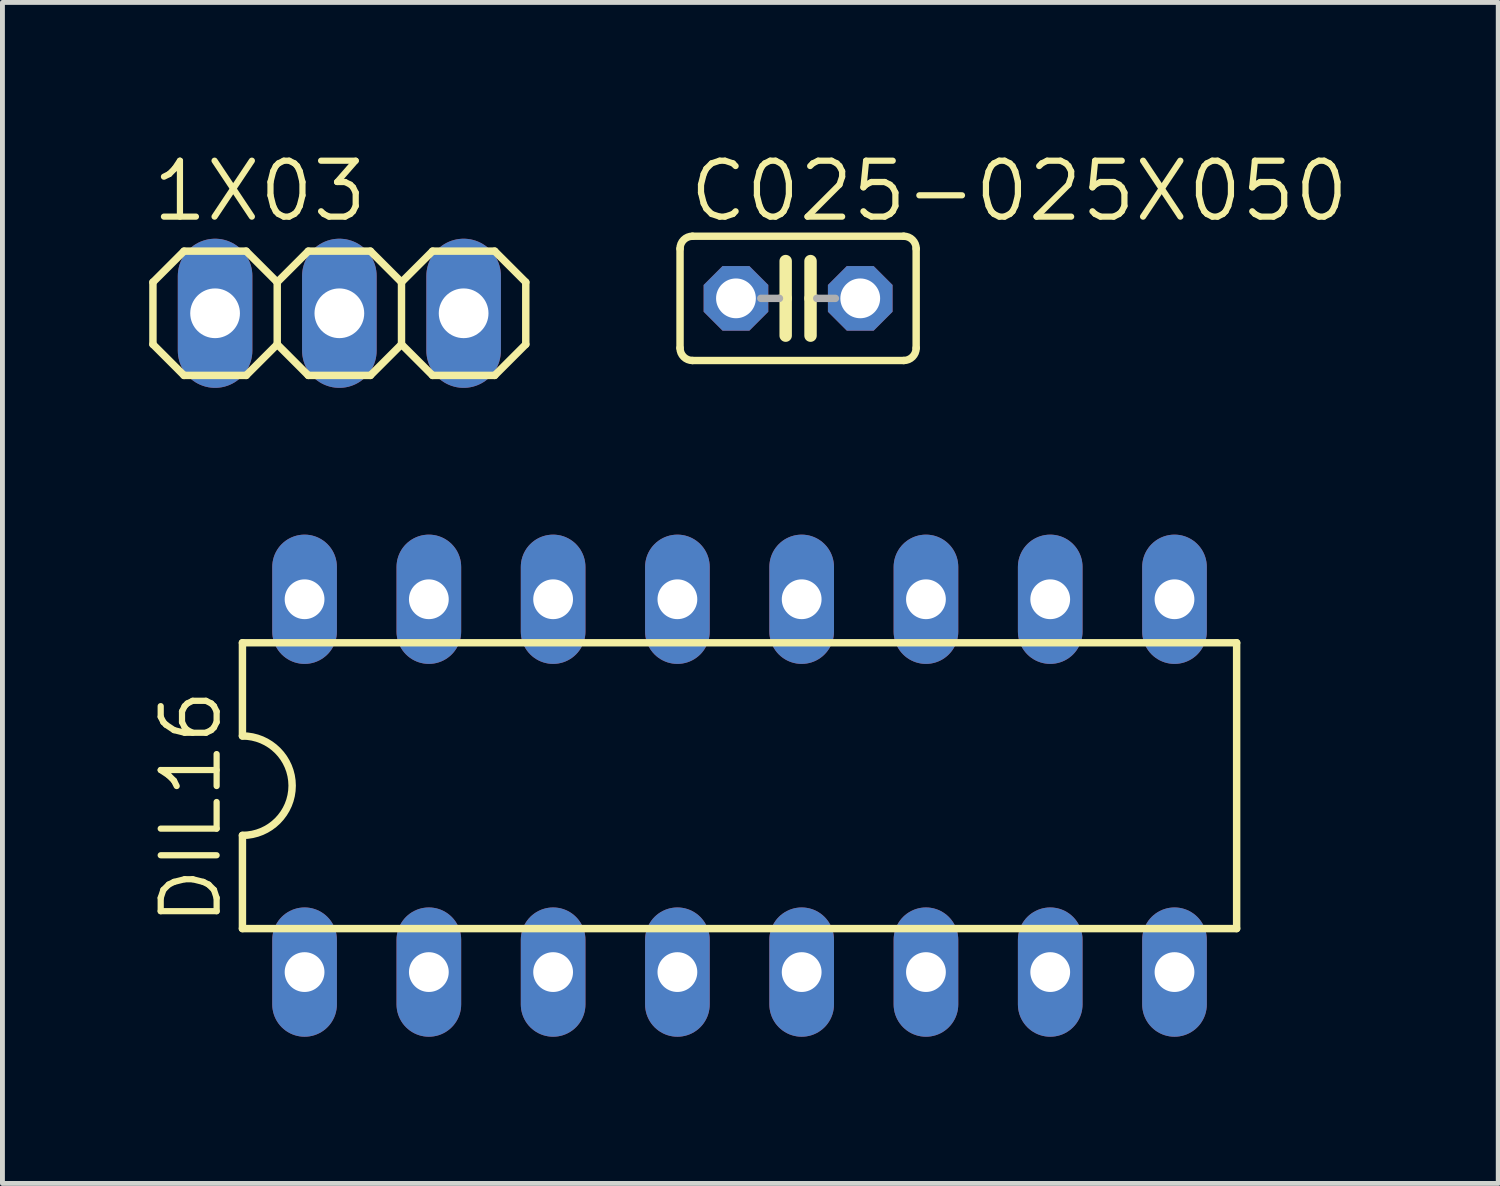
<source format=kicad_pcb>
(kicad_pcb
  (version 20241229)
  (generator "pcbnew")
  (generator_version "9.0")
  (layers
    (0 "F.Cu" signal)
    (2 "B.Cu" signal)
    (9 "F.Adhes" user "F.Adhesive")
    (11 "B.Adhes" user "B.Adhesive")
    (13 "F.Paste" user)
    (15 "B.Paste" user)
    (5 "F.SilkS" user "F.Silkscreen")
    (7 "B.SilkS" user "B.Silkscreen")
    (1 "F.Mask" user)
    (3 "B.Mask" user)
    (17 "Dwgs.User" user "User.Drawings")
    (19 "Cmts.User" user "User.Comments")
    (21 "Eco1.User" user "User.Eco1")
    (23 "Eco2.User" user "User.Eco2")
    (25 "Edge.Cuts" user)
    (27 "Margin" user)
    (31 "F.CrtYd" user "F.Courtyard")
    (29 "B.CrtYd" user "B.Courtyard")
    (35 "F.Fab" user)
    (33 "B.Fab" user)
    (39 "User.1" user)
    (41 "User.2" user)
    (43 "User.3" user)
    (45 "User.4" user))
  (footprint "1X03"
    (layer "F.Cu")
    (at 3.886 3.353)
    (property "Reference" "1X03" (at -3.886 -1.829 0) (layer "F.SilkS") (effects (font (size 1.143 1.143) (thickness 0.127)) (justify left bottom)))
    (fp_line (start -3.81 -0.635) (end -3.81 0.635) (stroke (width 0.152) (type solid)) (layer "F.SilkS"))
    (fp_line (start -3.81 0.635) (end -3.175 1.27) (stroke (width 0.152) (type solid)) (layer "F.SilkS"))
    (fp_line (start -3.175 -1.27) (end -3.81 -0.635) (stroke (width 0.152) (type solid)) (layer "F.SilkS"))
    (fp_line (start -3.175 -1.27) (end -1.905 -1.27) (stroke (width 0.152) (type solid)) (layer "F.SilkS"))
    (fp_line (start -1.905 -1.27) (end -1.27 -0.635) (stroke (width 0.152) (type solid)) (layer "F.SilkS"))
    (fp_line (start -1.905 1.27) (end -3.175 1.27) (stroke (width 0.152) (type solid)) (layer "F.SilkS"))
    (fp_line (start -1.27 -0.635) (end -1.27 0.635) (stroke (width 0.152) (type solid)) (layer "F.SilkS"))
    (fp_line (start -1.27 -0.635) (end -0.635 -1.27) (stroke (width 0.152) (type solid)) (layer "F.SilkS"))
    (fp_line (start -1.27 0.635) (end -1.905 1.27) (stroke (width 0.152) (type solid)) (layer "F.SilkS"))
    (fp_line (start -0.635 -1.27) (end 0.635 -1.27) (stroke (width 0.152) (type solid)) (layer "F.SilkS"))
    (fp_line (start -0.635 1.27) (end -1.27 0.635) (stroke (width 0.152) (type solid)) (layer "F.SilkS"))
    (fp_line (start 0.635 -1.27) (end 1.27 -0.635) (stroke (width 0.152) (type solid)) (layer "F.SilkS"))
    (fp_line (start 0.635 1.27) (end -0.635 1.27) (stroke (width 0.152) (type solid)) (layer "F.SilkS"))
    (fp_line (start 1.27 -0.635) (end 1.27 0.635) (stroke (width 0.152) (type solid)) (layer "F.SilkS"))
    (fp_line (start 1.27 -0.635) (end 1.905 -1.27) (stroke (width 0.152) (type solid)) (layer "F.SilkS"))
    (fp_line (start 1.27 0.635) (end 0.635 1.27) (stroke (width 0.152) (type solid)) (layer "F.SilkS"))
    (fp_line (start 1.905 -1.27) (end 3.175 -1.27) (stroke (width 0.152) (type solid)) (layer "F.SilkS"))
    (fp_line (start 1.905 1.27) (end 1.27 0.635) (stroke (width 0.152) (type solid)) (layer "F.SilkS"))
    (fp_line (start 3.175 -1.27) (end 3.81 -0.635) (stroke (width 0.152) (type solid)) (layer "F.SilkS"))
    (fp_line (start 3.175 1.27) (end 1.905 1.27) (stroke (width 0.152) (type solid)) (layer "F.SilkS"))
    (fp_line (start 3.81 -0.635) (end 3.81 0.635) (stroke (width 0.152) (type solid)) (layer "F.SilkS"))
    (fp_line (start 3.81 0.635) (end 3.175 1.27) (stroke (width 0.152) (type solid)) (layer "F.SilkS"))
    (fp_poly (pts (xy -2.794 0.254) (xy -2.286 0.254) (xy -2.286 -0.254) (xy -2.794 -0.254)) (stroke (width 0.1) (type default)) (fill no) (layer "F.Fab"))
    (fp_poly (pts (xy -0.254 0.254) (xy 0.254 0.254) (xy 0.254 -0.254) (xy -0.254 -0.254)) (stroke (width 0.1) (type default)) (fill no) (layer "F.Fab"))
    (fp_poly (pts (xy 2.286 0.254) (xy 2.794 0.254) (xy 2.794 -0.254) (xy 2.286 -0.254)) (stroke (width 0.1) (type default)) (fill no) (layer "F.Fab"))
    (pad "1" thru_hole oval (at -2.54 0 90) (size 3.048 1.524) (drill 1.016) (layers "*.Cu" "*.Mask"))
    (pad "2" thru_hole oval (at 0 0 90) (size 3.048 1.524) (drill 1.016) (layers "*.Cu" "*.Mask"))
    (pad "3" thru_hole oval (at 2.54 0 90) (size 3.048 1.524) (drill 1.016) (layers "*.Cu" "*.Mask")))
  (footprint "C025-025X050"
    (layer "F.Cu")
    (at 13.262 3.048)
    (property "Reference" "C025-025X050" (at -2.286 -1.524 0) (layer "F.SilkS") (effects (font (size 1.143 1.143) (thickness 0.127)) (justify left bottom)))
    (fp_line (start -2.413 -1.016) (end -2.413 1.016) (stroke (width 0.152) (type solid)) (layer "F.SilkS"))
    (fp_line (start -2.159 -1.27) (end 2.159 -1.27) (stroke (width 0.152) (type solid)) (layer "F.SilkS"))
    (fp_line (start -0.254 -0.762) (end -0.254 0) (stroke (width 0.254) (type solid)) (layer "F.SilkS"))
    (fp_line (start -0.254 0) (end -0.381 0) (stroke (width 0.152) (type solid)) (layer "F.SilkS"))
    (fp_line (start -0.254 0) (end -0.254 0.762) (stroke (width 0.254) (type solid)) (layer "F.SilkS"))
    (fp_line (start 0.254 0) (end 0.254 -0.762) (stroke (width 0.254) (type solid)) (layer "F.SilkS"))
    (fp_line (start 0.254 0) (end 0.254 0.762) (stroke (width 0.254) (type solid)) (layer "F.SilkS"))
    (fp_line (start 0.381 0) (end 0.254 0) (stroke (width 0.152) (type solid)) (layer "F.SilkS"))
    (fp_line (start 2.159 1.27) (end -2.159 1.27) (stroke (width 0.152) (type solid)) (layer "F.SilkS"))
    (fp_line (start 2.413 -1.016) (end 2.413 1.016) (stroke (width 0.152) (type solid)) (layer "F.SilkS"))
    (fp_arc (start -2.413 -1.016) (mid -2.338605 -1.195605) (end -2.159 -1.27) (stroke (width 0.1524) (type solid)) (layer "F.SilkS"))
    (fp_arc (start -2.159 1.27) (mid -2.338605 1.195605) (end -2.413 1.016) (stroke (width 0.1524) (type solid)) (layer "F.SilkS"))
    (fp_arc (start 2.159 -1.27) (mid 2.338605 -1.195605) (end 2.413 -1.016) (stroke (width 0.1524) (type solid)) (layer "F.SilkS"))
    (fp_arc (start 2.413 1.016) (mid 2.338605 1.195605) (end 2.159 1.27) (stroke (width 0.1524) (type solid)) (layer "F.SilkS"))
    (fp_line (start -0.381 0) (end -0.762 0) (stroke (width 0.152) (type solid)) (layer "F.Fab"))
    (fp_line (start 0.762 0) (end 0.381 0) (stroke (width 0.152) (type solid)) (layer "F.Fab"))
    (pad "1" thru_hole roundrect (at -1.27 0) (size 1.321 1.321) (drill 0.813) (layers "*.Cu" "*.Mask") (roundrect_rratio 0.25) (chamfer_ratio 0.293) (chamfer top_left top_right bottom_left bottom_right))
    (pad "2" thru_hole roundrect (at 1.27 0) (size 1.321 1.321) (drill 0.813) (layers "*.Cu" "*.Mask") (roundrect_rratio 0.25) (chamfer_ratio 0.293) (chamfer top_left top_right bottom_left bottom_right)))
  (footprint "DIL16"
    (layer "F.Cu")
    (at 12.065 13.008)
    (property "Reference" "DIL16" (at -10.541 2.921 90) (layer "F.SilkS") (effects (font (size 1.143 1.143) (thickness 0.127)) (justify left bottom)))
    (fp_line (start -10.16 -2.921) (end -10.16 -1.016) (stroke (width 0.152) (type solid)) (layer "F.SilkS"))
    (fp_line (start -10.16 2.921) (end -10.16 1.016) (stroke (width 0.152) (type solid)) (layer "F.SilkS"))
    (fp_line (start -10.16 2.921) (end 10.16 2.921) (stroke (width 0.152) (type solid)) (layer "F.SilkS"))
    (fp_line (start 10.16 -2.921) (end -10.16 -2.921) (stroke (width 0.152) (type solid)) (layer "F.SilkS"))
    (fp_line (start 10.16 -2.921) (end 10.16 2.921) (stroke (width 0.152) (type solid)) (layer "F.SilkS"))
    (fp_arc (start -10.16 -1.016) (mid -9.144 0) (end -10.16 1.016) (stroke (width 0.1524) (type solid)) (layer "F.SilkS"))
    (pad "1" thru_hole oval (at -8.89 3.81 90) (size 2.642 1.321) (drill 0.813) (layers "*.Cu" "*.Mask"))
    (pad "2" thru_hole oval (at -6.35 3.81 90) (size 2.642 1.321) (drill 0.813) (layers "*.Cu" "*.Mask"))
    (pad "3" thru_hole oval (at -3.81 3.81 90) (size 2.642 1.321) (drill 0.813) (layers "*.Cu" "*.Mask"))
    (pad "4" thru_hole oval (at -1.27 3.81 90) (size 2.642 1.321) (drill 0.813) (layers "*.Cu" "*.Mask"))
    (pad "5" thru_hole oval (at 1.27 3.81 90) (size 2.642 1.321) (drill 0.813) (layers "*.Cu" "*.Mask"))
    (pad "6" thru_hole oval (at 3.81 3.81 90) (size 2.642 1.321) (drill 0.813) (layers "*.Cu" "*.Mask"))
    (pad "7" thru_hole oval (at 6.35 3.81 90) (size 2.642 1.321) (drill 0.813) (layers "*.Cu" "*.Mask"))
    (pad "8" thru_hole oval (at 8.89 3.81 90) (size 2.642 1.321) (drill 0.813) (layers "*.Cu" "*.Mask"))
    (pad "9" thru_hole oval (at 8.89 -3.81 90) (size 2.642 1.321) (drill 0.813) (layers "*.Cu" "*.Mask"))
    (pad "10" thru_hole oval (at 6.35 -3.81 90) (size 2.642 1.321) (drill 0.813) (layers "*.Cu" "*.Mask"))
    (pad "11" thru_hole oval (at 3.81 -3.81 90) (size 2.642 1.321) (drill 0.813) (layers "*.Cu" "*.Mask"))
    (pad "12" thru_hole oval (at 1.27 -3.81 90) (size 2.642 1.321) (drill 0.813) (layers "*.Cu" "*.Mask"))
    (pad "13" thru_hole oval (at -1.27 -3.81 90) (size 2.642 1.321) (drill 0.813) (layers "*.Cu" "*.Mask"))
    (pad "14" thru_hole oval (at -3.81 -3.81 90) (size 2.642 1.321) (drill 0.813) (layers "*.Cu" "*.Mask"))
    (pad "15" thru_hole oval (at -6.35 -3.81 90) (size 2.642 1.321) (drill 0.813) (layers "*.Cu" "*.Mask"))
    (pad "16" thru_hole oval (at -8.89 -3.81 90) (size 2.642 1.321) (drill 0.813) (layers "*.Cu" "*.Mask")))
  (gr_rect
    (start -3 -3)
    (end 27.572 21.138)
    (stroke (width 0.1) (type default))
    (fill no)
    (layer "Edge.Cuts")))
</source>
